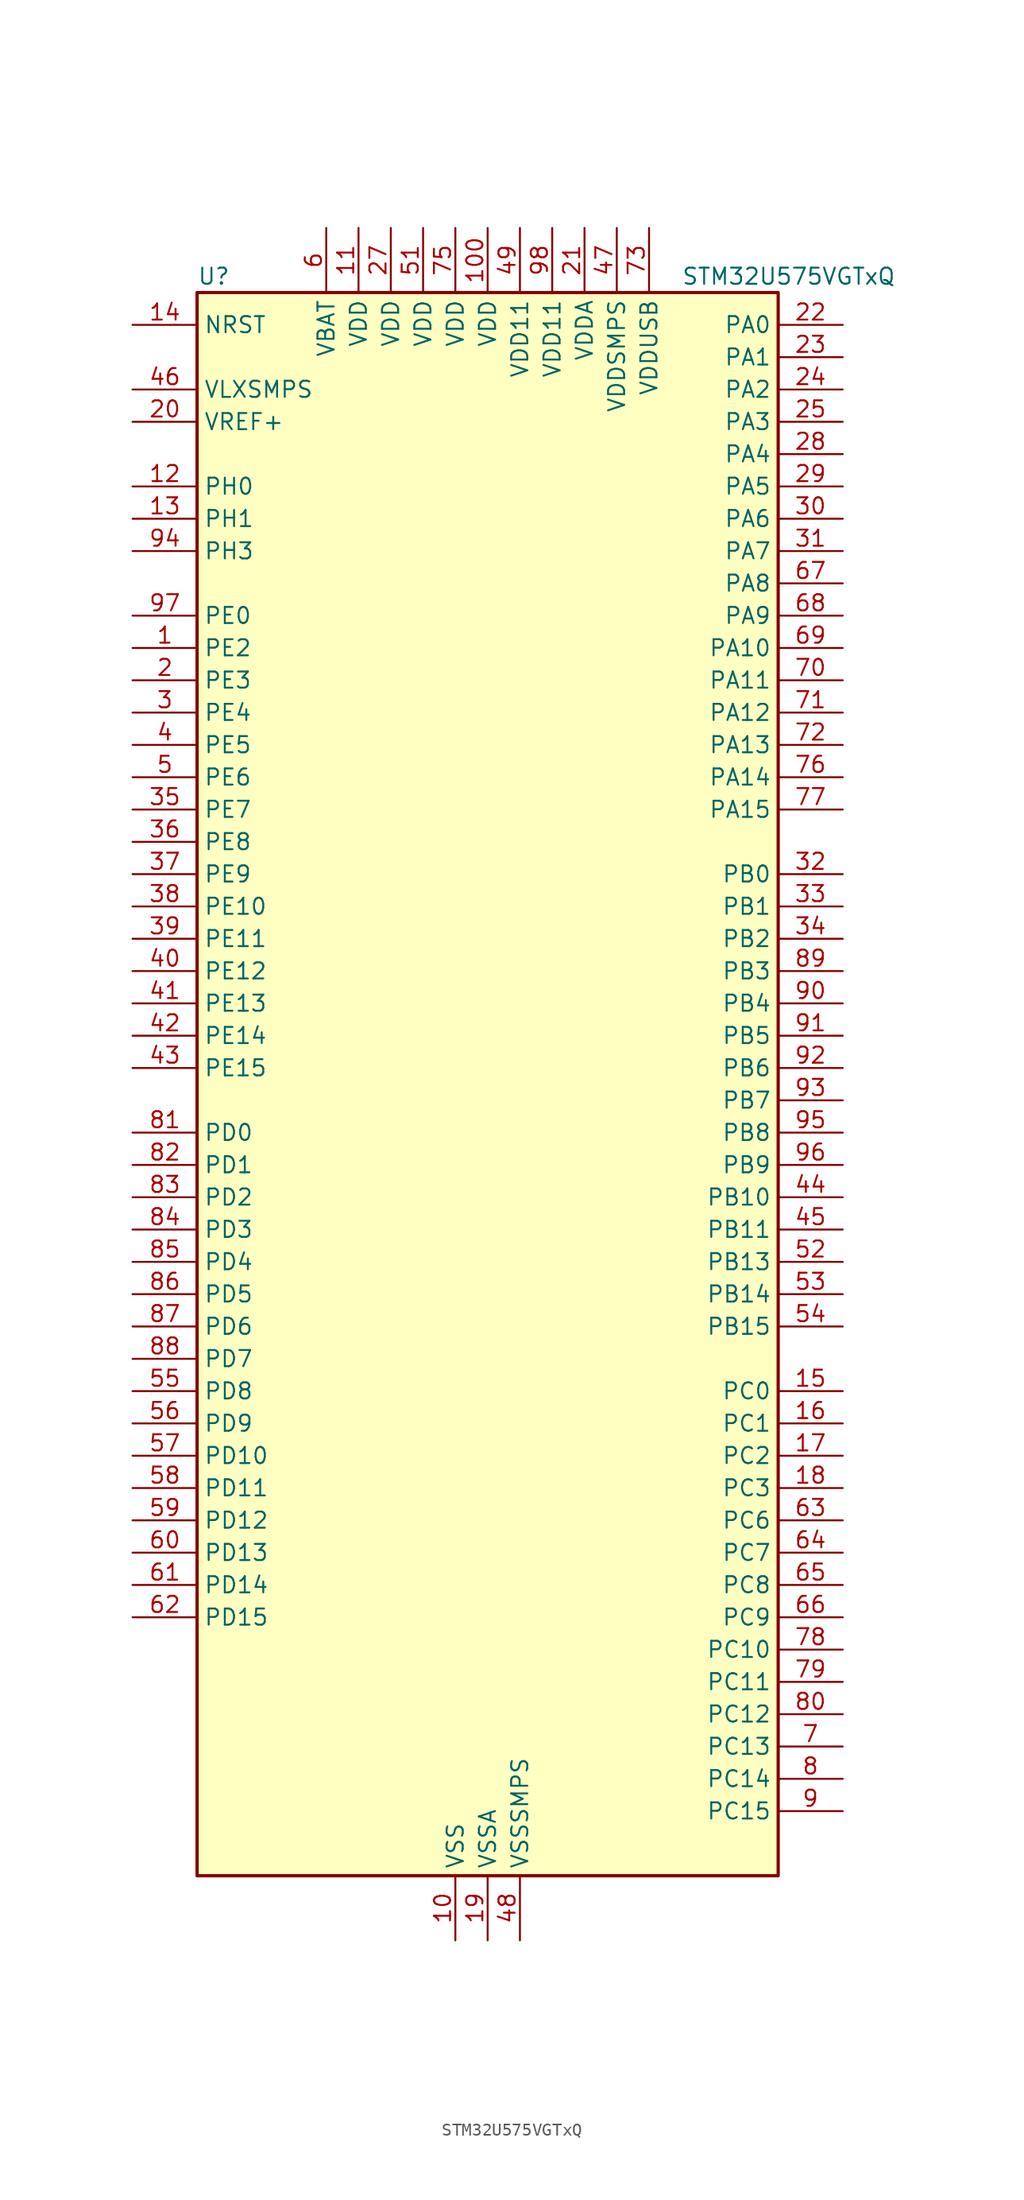
<source format=kicad_sym>
(kicad_symbol_lib
  (version 20220914)
  (generator kicad_symbol_editor)
  (symbol "STM32U575VGTxQ"
    (property "Reference" "U"
      (at -22.86 64.77 0)
      (effects (font (size 1.27 1.27)) (justify left)))
    (property "Value" "STM32U575VGTxQ"
      (at 15.24 64.77 0)
      (effects (font (size 1.27 1.27)) (justify left)))
    (property "ki_locked" ""
      (at 0 0 0)
      (effects (font (size 1.27 1.27))))
    (symbol "STM32U575VGTxQ_0_1"
      (rectangle (start -22.86 -60.96) (end 22.86 63.5) (stroke (width 0.254) (type default)) (fill (type background))))
    (symbol "STM32U575VGTxQ_1_1"
      (pin bidirectional line (at -27.94 35.56 0) (length 5.08) (name "PE2" (effects (font (size 1.27 1.27)))) (number "1" (effects (font (size 1.27 1.27)))) (alternate "DEBUG_TRACECLK" bidirectional line) (alternate "FMC_A23" bidirectional line) (alternate "SAI1_CK1" bidirectional line) (alternate "SAI1_MCLK_A" bidirectional line) (alternate "TIM3_ETR" bidirectional line) (alternate "TSC_G7_IO1" bidirectional line))
      (pin power_in line (at -2.54 -66.04 90) (length 5.08) (name "VSS" (effects (font (size 1.27 1.27)))) (number "10" (effects (font (size 1.27 1.27)))))
      (pin power_in line (at 0 68.58 270) (length 5.08) (name "VDD" (effects (font (size 1.27 1.27)))) (number "100" (effects (font (size 1.27 1.27)))))
      (pin power_in line (at -10.16 68.58 270) (length 5.08) (name "VDD" (effects (font (size 1.27 1.27)))) (number "11" (effects (font (size 1.27 1.27)))))
      (pin bidirectional line (at -27.94 48.26 0) (length 5.08) (name "PH0" (effects (font (size 1.27 1.27)))) (number "12" (effects (font (size 1.27 1.27)))) (alternate "RCC_OSC_IN" bidirectional line))
      (pin bidirectional line (at -27.94 45.72 0) (length 5.08) (name "PH1" (effects (font (size 1.27 1.27)))) (number "13" (effects (font (size 1.27 1.27)))) (alternate "RCC_OSC_OUT" bidirectional line))
      (pin input line (at -27.94 60.96 0) (length 5.08) (name "NRST" (effects (font (size 1.27 1.27)))) (number "14" (effects (font (size 1.27 1.27)))))
      (pin bidirectional line (at 27.94 -22.86 180) (length 5.08) (name "PC0" (effects (font (size 1.27 1.27)))) (number "15" (effects (font (size 1.27 1.27)))) (alternate "ADC1_IN1" bidirectional line) (alternate "ADC4_IN1" bidirectional line) (alternate "I2C3_SCL" bidirectional line) (alternate "LPTIM1_IN1" bidirectional line) (alternate "LPTIM2_IN1" bidirectional line) (alternate "LPUART1_RX" bidirectional line) (alternate "MDF1_SDI4" bidirectional line) (alternate "OCTOSPIM_P1_IO7" bidirectional line) (alternate "SAI2_FS_A" bidirectional line) (alternate "SDMMC1_D5" bidirectional line) (alternate "SPI2_RDY" bidirectional line))
      (pin bidirectional line (at 27.94 -25.4 180) (length 5.08) (name "PC1" (effects (font (size 1.27 1.27)))) (number "16" (effects (font (size 1.27 1.27)))) (alternate "ADC1_IN2" bidirectional line) (alternate "ADC4_IN2" bidirectional line) (alternate "DEBUG_TRACED0" bidirectional line) (alternate "I2C3_SDA" bidirectional line) (alternate "LPTIM1_CH1" bidirectional line) (alternate "LPUART1_TX" bidirectional line) (alternate "MDF1_CKI4" bidirectional line) (alternate "OCTOSPIM_P1_IO4" bidirectional line) (alternate "SAI1_SD_A" bidirectional line) (alternate "SDMMC2_CK" bidirectional line) (alternate "SPI2_MOSI" bidirectional line))
      (pin bidirectional line (at 27.94 -27.94 180) (length 5.08) (name "PC2" (effects (font (size 1.27 1.27)))) (number "17" (effects (font (size 1.27 1.27)))) (alternate "ADC1_IN3" bidirectional line) (alternate "ADC4_IN3" bidirectional line) (alternate "LPTIM1_IN2" bidirectional line) (alternate "MDF1_CCK1" bidirectional line) (alternate "OCTOSPIM_P1_IO5" bidirectional line) (alternate "SPI2_MISO" bidirectional line))
      (pin bidirectional line (at 27.94 -30.48 180) (length 5.08) (name "PC3" (effects (font (size 1.27 1.27)))) (number "18" (effects (font (size 1.27 1.27)))) (alternate "ADC1_IN4" bidirectional line) (alternate "ADC4_IN4" bidirectional line) (alternate "LPTIM1_ETR" bidirectional line) (alternate "LPTIM2_ETR" bidirectional line) (alternate "LPTIM3_CH1" bidirectional line) (alternate "OCTOSPIM_P1_IO6" bidirectional line) (alternate "SAI1_D1" bidirectional line) (alternate "SAI1_SD_A" bidirectional line) (alternate "SPI2_MOSI" bidirectional line))
      (pin power_in line (at 0 -66.04 90) (length 5.08) (name "VSSA" (effects (font (size 1.27 1.27)))) (number "19" (effects (font (size 1.27 1.27)))))
      (pin bidirectional line (at -27.94 33.02 0) (length 5.08) (name "PE3" (effects (font (size 1.27 1.27)))) (number "2" (effects (font (size 1.27 1.27)))) (alternate "DEBUG_TRACED0" bidirectional line) (alternate "FMC_A19" bidirectional line) (alternate "OCTOSPIM_P1_DQS" bidirectional line) (alternate "SAI1_SD_B" bidirectional line) (alternate "TAMP_IN6" bidirectional line) (alternate "TAMP_OUT3" bidirectional line) (alternate "TIM3_CH1" bidirectional line) (alternate "TSC_G7_IO2" bidirectional line))
      (pin input line (at -27.94 53.34 0) (length 5.08) (name "VREF+" (effects (font (size 1.27 1.27)))) (number "20" (effects (font (size 1.27 1.27)))) (alternate "VREFBUF_OUT" bidirectional line))
      (pin power_in line (at 7.62 68.58 270) (length 5.08) (name "VDDA" (effects (font (size 1.27 1.27)))) (number "21" (effects (font (size 1.27 1.27)))))
      (pin bidirectional line (at 27.94 60.96 180) (length 5.08) (name "PA0" (effects (font (size 1.27 1.27)))) (number "22" (effects (font (size 1.27 1.27)))) (alternate "ADC1_IN5" bidirectional line) (alternate "AUDIOCLK" bidirectional line) (alternate "OCTOSPIM_P2_NCS" bidirectional line) (alternate "OPAMP1_VINP" bidirectional line) (alternate "PWR_WKUP1" bidirectional line) (alternate "SDMMC2_CMD" bidirectional line) (alternate "SPI3_RDY" bidirectional line) (alternate "TAMP_IN2" bidirectional line) (alternate "TAMP_OUT1" bidirectional line) (alternate "TIM2_CH1" bidirectional line) (alternate "TIM2_ETR" bidirectional line) (alternate "TIM5_CH1" bidirectional line) (alternate "TIM8_ETR" bidirectional line) (alternate "UART4_TX" bidirectional line) (alternate "USART2_CTS" bidirectional line))
      (pin bidirectional line (at 27.94 58.42 180) (length 5.08) (name "PA1" (effects (font (size 1.27 1.27)))) (number "23" (effects (font (size 1.27 1.27)))) (alternate "ADC1_IN6" bidirectional line) (alternate "I2C1_SMBA" bidirectional line) (alternate "LPTIM1_CH2" bidirectional line) (alternate "OCTOSPIM_P1_DQS" bidirectional line) (alternate "OPAMP1_VINM" bidirectional line) (alternate "PWR_WKUP3" bidirectional line) (alternate "SPI1_SCK" bidirectional line) (alternate "TAMP_IN5" bidirectional line) (alternate "TAMP_OUT4" bidirectional line) (alternate "TIM15_CH1N" bidirectional line) (alternate "TIM2_CH2" bidirectional line) (alternate "TIM5_CH2" bidirectional line) (alternate "UART4_RX" bidirectional line) (alternate "USART2_DE" bidirectional line) (alternate "USART2_RTS" bidirectional line))
      (pin bidirectional line (at 27.94 55.88 180) (length 5.08) (name "PA2" (effects (font (size 1.27 1.27)))) (number "24" (effects (font (size 1.27 1.27)))) (alternate "ADC1_IN7" bidirectional line) (alternate "COMP1_INP" bidirectional line) (alternate "LPUART1_TX" bidirectional line) (alternate "OCTOSPIM_P1_NCS" bidirectional line) (alternate "PWR_WKUP4" bidirectional line) (alternate "RCC_LSCO" bidirectional line) (alternate "SPI1_RDY" bidirectional line) (alternate "TIM15_CH1" bidirectional line) (alternate "TIM2_CH3" bidirectional line) (alternate "TIM5_CH3" bidirectional line) (alternate "UCPD1_FRSTX1" bidirectional line) (alternate "USART2_TX" bidirectional line))
      (pin bidirectional line (at 27.94 53.34 180) (length 5.08) (name "PA3" (effects (font (size 1.27 1.27)))) (number "25" (effects (font (size 1.27 1.27)))) (alternate "ADC1_IN8" bidirectional line) (alternate "LPUART1_RX" bidirectional line) (alternate "OCTOSPIM_P1_CLK" bidirectional line) (alternate "OPAMP1_VOUT" bidirectional line) (alternate "PWR_WKUP5" bidirectional line) (alternate "SAI1_CK1" bidirectional line) (alternate "SAI1_MCLK_A" bidirectional line) (alternate "TIM15_CH2" bidirectional line) (alternate "TIM2_CH4" bidirectional line) (alternate "TIM5_CH4" bidirectional line) (alternate "USART2_RX" bidirectional line))
      (pin passive line (at -2.54 -66.04 90) (length 5.08) hide (name "VSS" (effects (font (size 1.27 1.27)))) (number "26" (effects (font (size 1.27 1.27)))))
      (pin power_in line (at -7.62 68.58 270) (length 5.08) (name "VDD" (effects (font (size 1.27 1.27)))) (number "27" (effects (font (size 1.27 1.27)))))
      (pin bidirectional line (at 27.94 50.8 180) (length 5.08) (name "PA4" (effects (font (size 1.27 1.27)))) (number "28" (effects (font (size 1.27 1.27)))) (alternate "ADC1_IN9" bidirectional line) (alternate "ADC4_IN9" bidirectional line) (alternate "DAC1_OUT1" bidirectional line) (alternate "DCMI_HSYNC" bidirectional line) (alternate "LPTIM2_CH1" bidirectional line) (alternate "OCTOSPIM_P1_NCS" bidirectional line) (alternate "PSSI_DE" bidirectional line) (alternate "PWR_WKUP2" bidirectional line) (alternate "SAI1_FS_B" bidirectional line) (alternate "SPI1_NSS" bidirectional line) (alternate "SPI3_NSS" bidirectional line) (alternate "USART2_CK" bidirectional line))
      (pin bidirectional line (at 27.94 48.26 180) (length 5.08) (name "PA5" (effects (font (size 1.27 1.27)))) (number "29" (effects (font (size 1.27 1.27)))) (alternate "ADC1_IN10" bidirectional line) (alternate "ADC4_IN10" bidirectional line) (alternate "DAC1_OUT2" bidirectional line) (alternate "LPTIM2_ETR" bidirectional line) (alternate "PSSI_D14" bidirectional line) (alternate "PWR_CSLEEP" bidirectional line) (alternate "PWR_WKUP6" bidirectional line) (alternate "SPI1_SCK" bidirectional line) (alternate "TIM2_CH1" bidirectional line) (alternate "TIM2_ETR" bidirectional line) (alternate "TIM8_CH1N" bidirectional line) (alternate "USART3_RX" bidirectional line))
      (pin bidirectional line (at -27.94 30.48 0) (length 5.08) (name "PE4" (effects (font (size 1.27 1.27)))) (number "3" (effects (font (size 1.27 1.27)))) (alternate "DCMI_D4" bidirectional line) (alternate "DEBUG_TRACED1" bidirectional line) (alternate "FMC_A20" bidirectional line) (alternate "MDF1_SDI3" bidirectional line) (alternate "PSSI_D4" bidirectional line) (alternate "PWR_WKUP1" bidirectional line) (alternate "SAI1_D2" bidirectional line) (alternate "SAI1_FS_A" bidirectional line) (alternate "TAMP_IN7" bidirectional line) (alternate "TAMP_OUT8" bidirectional line) (alternate "TIM3_CH2" bidirectional line) (alternate "TSC_G7_IO3" bidirectional line))
      (pin bidirectional line (at 27.94 45.72 180) (length 5.08) (name "PA6" (effects (font (size 1.27 1.27)))) (number "30" (effects (font (size 1.27 1.27)))) (alternate "ADC1_IN11" bidirectional line) (alternate "ADC4_IN11" bidirectional line) (alternate "DCMI_PIXCLK" bidirectional line) (alternate "LPUART1_CTS" bidirectional line) (alternate "OCTOSPIM_P1_IO3" bidirectional line) (alternate "OPAMP2_VINP" bidirectional line) (alternate "PSSI_PDCK" bidirectional line) (alternate "PWR_CDSTOP" bidirectional line) (alternate "PWR_WKUP7" bidirectional line) (alternate "SPI1_MISO" bidirectional line) (alternate "TIM16_CH1" bidirectional line) (alternate "TIM1_BKIN" bidirectional line) (alternate "TIM3_CH1" bidirectional line) (alternate "TIM8_BKIN" bidirectional line) (alternate "USART3_CTS" bidirectional line))
      (pin bidirectional line (at 27.94 43.18 180) (length 5.08) (name "PA7" (effects (font (size 1.27 1.27)))) (number "31" (effects (font (size 1.27 1.27)))) (alternate "ADC1_IN12" bidirectional line) (alternate "ADC4_IN20" bidirectional line) (alternate "I2C3_SCL" bidirectional line) (alternate "LPTIM2_CH2" bidirectional line) (alternate "OCTOSPIM_P1_IO2" bidirectional line) (alternate "OPAMP2_VINM" bidirectional line) (alternate "PWR_SRDSTOP" bidirectional line) (alternate "PWR_WKUP8" bidirectional line) (alternate "SPI1_MOSI" bidirectional line) (alternate "TIM17_CH1" bidirectional line) (alternate "TIM1_CH1N" bidirectional line) (alternate "TIM3_CH2" bidirectional line) (alternate "TIM8_CH1N" bidirectional line) (alternate "USART3_TX" bidirectional line))
      (pin bidirectional line (at 27.94 17.78 180) (length 5.08) (name "PB0" (effects (font (size 1.27 1.27)))) (number "32" (effects (font (size 1.27 1.27)))) (alternate "ADC1_IN15" bidirectional line) (alternate "ADC4_IN18" bidirectional line) (alternate "AUDIOCLK" bidirectional line) (alternate "COMP1_OUT" bidirectional line) (alternate "LPTIM3_CH1" bidirectional line) (alternate "OCTOSPIM_P1_IO1" bidirectional line) (alternate "OPAMP2_VOUT" bidirectional line) (alternate "SPI1_NSS" bidirectional line) (alternate "TIM1_CH2N" bidirectional line) (alternate "TIM3_CH3" bidirectional line) (alternate "TIM8_CH2N" bidirectional line) (alternate "USART3_CK" bidirectional line))
      (pin bidirectional line (at 27.94 15.24 180) (length 5.08) (name "PB1" (effects (font (size 1.27 1.27)))) (number "33" (effects (font (size 1.27 1.27)))) (alternate "ADC1_IN16" bidirectional line) (alternate "ADC4_IN19" bidirectional line) (alternate "COMP1_INM" bidirectional line) (alternate "LPTIM2_IN1" bidirectional line) (alternate "LPTIM3_CH2" bidirectional line) (alternate "LPUART1_DE" bidirectional line) (alternate "LPUART1_RTS" bidirectional line) (alternate "MDF1_SDI0" bidirectional line) (alternate "OCTOSPIM_P1_IO0" bidirectional line) (alternate "PWR_WKUP4" bidirectional line) (alternate "TIM1_CH3N" bidirectional line) (alternate "TIM3_CH4" bidirectional line) (alternate "TIM8_CH3N" bidirectional line) (alternate "USART3_DE" bidirectional line) (alternate "USART3_RTS" bidirectional line))
      (pin bidirectional line (at 27.94 12.7 180) (length 5.08) (name "PB2" (effects (font (size 1.27 1.27)))) (number "34" (effects (font (size 1.27 1.27)))) (alternate "ADC1_IN17" bidirectional line) (alternate "COMP1_INP" bidirectional line) (alternate "I2C3_SMBA" bidirectional line) (alternate "LPTIM1_CH1" bidirectional line) (alternate "MDF1_CKI0" bidirectional line) (alternate "OCTOSPIM_P1_DQS" bidirectional line) (alternate "PWR_WKUP1" bidirectional line) (alternate "RTC_OUT2" bidirectional line) (alternate "SPI1_RDY" bidirectional line) (alternate "TIM8_CH4N" bidirectional line) (alternate "UCPD1_FRSTX1" bidirectional line))
      (pin bidirectional line (at -27.94 22.86 0) (length 5.08) (name "PE7" (effects (font (size 1.27 1.27)))) (number "35" (effects (font (size 1.27 1.27)))) (alternate "FMC_D4" bidirectional line) (alternate "FMC_DA4" bidirectional line) (alternate "MDF1_SDI2" bidirectional line) (alternate "PWR_WKUP6" bidirectional line) (alternate "SAI1_SD_B" bidirectional line) (alternate "TIM1_ETR" bidirectional line))
      (pin bidirectional line (at -27.94 20.32 0) (length 5.08) (name "PE8" (effects (font (size 1.27 1.27)))) (number "36" (effects (font (size 1.27 1.27)))) (alternate "FMC_D5" bidirectional line) (alternate "FMC_DA5" bidirectional line) (alternate "MDF1_CKI2" bidirectional line) (alternate "PWR_WKUP7" bidirectional line) (alternate "SAI1_SCK_B" bidirectional line) (alternate "TIM1_CH1N" bidirectional line))
      (pin bidirectional line (at -27.94 17.78 0) (length 5.08) (name "PE9" (effects (font (size 1.27 1.27)))) (number "37" (effects (font (size 1.27 1.27)))) (alternate "ADF1_CCK0" bidirectional line) (alternate "DAC1_EXTI9" bidirectional line) (alternate "FMC_D6" bidirectional line) (alternate "FMC_DA6" bidirectional line) (alternate "MDF1_CCK0" bidirectional line) (alternate "OCTOSPIM_P1_NCLK" bidirectional line) (alternate "SAI1_FS_B" bidirectional line) (alternate "TIM1_CH1" bidirectional line))
      (pin bidirectional line (at -27.94 15.24 0) (length 5.08) (name "PE10" (effects (font (size 1.27 1.27)))) (number "38" (effects (font (size 1.27 1.27)))) (alternate "ADF1_SDI0" bidirectional line) (alternate "FMC_D7" bidirectional line) (alternate "FMC_DA7" bidirectional line) (alternate "MDF1_SDI4" bidirectional line) (alternate "OCTOSPIM_P1_CLK" bidirectional line) (alternate "SAI1_MCLK_B" bidirectional line) (alternate "TIM1_CH2N" bidirectional line) (alternate "TSC_G5_IO1" bidirectional line))
      (pin bidirectional line (at -27.94 12.7 0) (length 5.08) (name "PE11" (effects (font (size 1.27 1.27)))) (number "39" (effects (font (size 1.27 1.27)))) (alternate "ADC1_EXTI11" bidirectional line) (alternate "FMC_D8" bidirectional line) (alternate "FMC_DA8" bidirectional line) (alternate "MDF1_CKI4" bidirectional line) (alternate "OCTOSPIM_P1_NCS" bidirectional line) (alternate "SPI1_RDY" bidirectional line) (alternate "TIM1_CH2" bidirectional line) (alternate "TSC_G5_IO2" bidirectional line))
      (pin bidirectional line (at -27.94 27.94 0) (length 5.08) (name "PE5" (effects (font (size 1.27 1.27)))) (number "4" (effects (font (size 1.27 1.27)))) (alternate "DCMI_D6" bidirectional line) (alternate "DEBUG_TRACED2" bidirectional line) (alternate "FMC_A21" bidirectional line) (alternate "MDF1_CKI3" bidirectional line) (alternate "PSSI_D6" bidirectional line) (alternate "PWR_WKUP2" bidirectional line) (alternate "SAI1_CK2" bidirectional line) (alternate "SAI1_SCK_A" bidirectional line) (alternate "TAMP_IN8" bidirectional line) (alternate "TAMP_OUT7" bidirectional line) (alternate "TIM3_CH3" bidirectional line) (alternate "TSC_G7_IO4" bidirectional line))
      (pin bidirectional line (at -27.94 10.16 0) (length 5.08) (name "PE12" (effects (font (size 1.27 1.27)))) (number "40" (effects (font (size 1.27 1.27)))) (alternate "FMC_D9" bidirectional line) (alternate "FMC_DA9" bidirectional line) (alternate "MDF1_SDI5" bidirectional line) (alternate "OCTOSPIM_P1_IO0" bidirectional line) (alternate "SPI1_NSS" bidirectional line) (alternate "TIM1_CH3N" bidirectional line) (alternate "TSC_G5_IO3" bidirectional line))
      (pin bidirectional line (at -27.94 7.62 0) (length 5.08) (name "PE13" (effects (font (size 1.27 1.27)))) (number "41" (effects (font (size 1.27 1.27)))) (alternate "FMC_D10" bidirectional line) (alternate "FMC_DA10" bidirectional line) (alternate "MDF1_CKI5" bidirectional line) (alternate "OCTOSPIM_P1_IO1" bidirectional line) (alternate "SPI1_SCK" bidirectional line) (alternate "TIM1_CH3" bidirectional line) (alternate "TSC_G5_IO4" bidirectional line))
      (pin bidirectional line (at -27.94 5.08 0) (length 5.08) (name "PE14" (effects (font (size 1.27 1.27)))) (number "42" (effects (font (size 1.27 1.27)))) (alternate "FMC_D11" bidirectional line) (alternate "FMC_DA11" bidirectional line) (alternate "OCTOSPIM_P1_IO2" bidirectional line) (alternate "SPI1_MISO" bidirectional line) (alternate "TIM1_BKIN2" bidirectional line) (alternate "TIM1_CH4" bidirectional line))
      (pin bidirectional line (at -27.94 2.54 0) (length 5.08) (name "PE15" (effects (font (size 1.27 1.27)))) (number "43" (effects (font (size 1.27 1.27)))) (alternate "ADC1_EXTI15" bidirectional line) (alternate "ADC4_EXTI15" bidirectional line) (alternate "FMC_D12" bidirectional line) (alternate "FMC_DA12" bidirectional line) (alternate "OCTOSPIM_P1_IO3" bidirectional line) (alternate "SPI1_MOSI" bidirectional line) (alternate "TIM1_BKIN" bidirectional line) (alternate "TIM1_CH4N" bidirectional line))
      (pin bidirectional line (at 27.94 -7.62 180) (length 5.08) (name "PB10" (effects (font (size 1.27 1.27)))) (number "44" (effects (font (size 1.27 1.27)))) (alternate "COMP1_OUT" bidirectional line) (alternate "I2C2_SCL" bidirectional line) (alternate "I2C4_SCL" bidirectional line) (alternate "LPTIM3_CH1" bidirectional line) (alternate "LPUART1_RX" bidirectional line) (alternate "OCTOSPIM_P1_CLK" bidirectional line) (alternate "PWR_WKUP8" bidirectional line) (alternate "SAI1_SCK_A" bidirectional line) (alternate "SPI2_SCK" bidirectional line) (alternate "TIM2_CH3" bidirectional line) (alternate "TSC_SYNC" bidirectional line) (alternate "USART3_TX" bidirectional line))
      (pin bidirectional line (at 27.94 -10.16 180) (length 5.08) (name "PB11" (effects (font (size 1.27 1.27)))) (number "45" (effects (font (size 1.27 1.27)))) (alternate "ADC1_EXTI11" bidirectional line) (alternate "COMP2_OUT" bidirectional line) (alternate "I2C2_SDA" bidirectional line) (alternate "I2C4_SDA" bidirectional line) (alternate "LPUART1_TX" bidirectional line) (alternate "OCTOSPIM_P1_NCS" bidirectional line) (alternate "SPI2_RDY" bidirectional line) (alternate "TIM2_CH4" bidirectional line) (alternate "USART3_RX" bidirectional line))
      (pin power_in line (at -27.94 55.88 0) (length 5.08) (name "VLXSMPS" (effects (font (size 1.27 1.27)))) (number "46" (effects (font (size 1.27 1.27)))))
      (pin power_in line (at 10.16 68.58 270) (length 5.08) (name "VDDSMPS" (effects (font (size 1.27 1.27)))) (number "47" (effects (font (size 1.27 1.27)))))
      (pin power_in line (at 2.54 -66.04 90) (length 5.08) (name "VSSSMPS" (effects (font (size 1.27 1.27)))) (number "48" (effects (font (size 1.27 1.27)))))
      (pin power_in line (at 2.54 68.58 270) (length 5.08) (name "VDD11" (effects (font (size 1.27 1.27)))) (number "49" (effects (font (size 1.27 1.27)))))
      (pin bidirectional line (at -27.94 25.4 0) (length 5.08) (name "PE6" (effects (font (size 1.27 1.27)))) (number "5" (effects (font (size 1.27 1.27)))) (alternate "DCMI_D7" bidirectional line) (alternate "DEBUG_TRACED3" bidirectional line) (alternate "FMC_A22" bidirectional line) (alternate "PSSI_D7" bidirectional line) (alternate "PWR_WKUP3" bidirectional line) (alternate "SAI1_D1" bidirectional line) (alternate "SAI1_SD_A" bidirectional line) (alternate "TAMP_IN3" bidirectional line) (alternate "TAMP_OUT6" bidirectional line) (alternate "TIM3_CH4" bidirectional line))
      (pin passive line (at -2.54 -66.04 90) (length 5.08) hide (name "VSS" (effects (font (size 1.27 1.27)))) (number "50" (effects (font (size 1.27 1.27)))))
      (pin power_in line (at -5.08 68.58 270) (length 5.08) (name "VDD" (effects (font (size 1.27 1.27)))) (number "51" (effects (font (size 1.27 1.27)))))
      (pin bidirectional line (at 27.94 -12.7 180) (length 5.08) (name "PB13" (effects (font (size 1.27 1.27)))) (number "52" (effects (font (size 1.27 1.27)))) (alternate "I2C2_SCL" bidirectional line) (alternate "LPTIM3_IN1" bidirectional line) (alternate "LPUART1_CTS" bidirectional line) (alternate "MDF1_CKI1" bidirectional line) (alternate "SAI2_SCK_A" bidirectional line) (alternate "SPI2_SCK" bidirectional line) (alternate "TIM15_CH1N" bidirectional line) (alternate "TIM1_CH1N" bidirectional line) (alternate "TSC_G1_IO2" bidirectional line) (alternate "USART3_CTS" bidirectional line))
      (pin bidirectional line (at 27.94 -15.24 180) (length 5.08) (name "PB14" (effects (font (size 1.27 1.27)))) (number "53" (effects (font (size 1.27 1.27)))) (alternate "I2C2_SDA" bidirectional line) (alternate "LPTIM3_ETR" bidirectional line) (alternate "MDF1_SDI2" bidirectional line) (alternate "SAI2_MCLK_A" bidirectional line) (alternate "SDMMC2_D0" bidirectional line) (alternate "SPI2_MISO" bidirectional line) (alternate "TIM15_CH1" bidirectional line) (alternate "TIM1_CH2N" bidirectional line) (alternate "TIM8_CH2N" bidirectional line) (alternate "TSC_G1_IO3" bidirectional line) (alternate "UCPD1_DBCC2" bidirectional line) (alternate "USART3_DE" bidirectional line) (alternate "USART3_RTS" bidirectional line))
      (pin bidirectional line (at 27.94 -17.78 180) (length 5.08) (name "PB15" (effects (font (size 1.27 1.27)))) (number "54" (effects (font (size 1.27 1.27)))) (alternate "ADC1_EXTI15" bidirectional line) (alternate "ADC4_EXTI15" bidirectional line) (alternate "FMC_NBL1" bidirectional line) (alternate "LPTIM2_IN2" bidirectional line) (alternate "MDF1_CKI2" bidirectional line) (alternate "PWR_WKUP7" bidirectional line) (alternate "RTC_REFIN" bidirectional line) (alternate "SAI2_SD_A" bidirectional line) (alternate "SDMMC2_D1" bidirectional line) (alternate "SPI2_MOSI" bidirectional line) (alternate "TIM15_CH2" bidirectional line) (alternate "TIM1_CH3N" bidirectional line) (alternate "TIM8_CH3N" bidirectional line) (alternate "UCPD1_CC2" bidirectional line))
      (pin bidirectional line (at -27.94 -22.86 0) (length 5.08) (name "PD8" (effects (font (size 1.27 1.27)))) (number "55" (effects (font (size 1.27 1.27)))) (alternate "DCMI_HSYNC" bidirectional line) (alternate "FMC_D13" bidirectional line) (alternate "FMC_DA13" bidirectional line) (alternate "PSSI_DE" bidirectional line) (alternate "USART3_TX" bidirectional line))
      (pin bidirectional line (at -27.94 -25.4 0) (length 5.08) (name "PD9" (effects (font (size 1.27 1.27)))) (number "56" (effects (font (size 1.27 1.27)))) (alternate "DAC1_EXTI9" bidirectional line) (alternate "DCMI_PIXCLK" bidirectional line) (alternate "FMC_D14" bidirectional line) (alternate "FMC_DA14" bidirectional line) (alternate "LPTIM2_IN2" bidirectional line) (alternate "LPTIM3_IN1" bidirectional line) (alternate "PSSI_PDCK" bidirectional line) (alternate "SAI2_MCLK_A" bidirectional line) (alternate "USART3_RX" bidirectional line))
      (pin bidirectional line (at -27.94 -27.94 0) (length 5.08) (name "PD10" (effects (font (size 1.27 1.27)))) (number "57" (effects (font (size 1.27 1.27)))) (alternate "FMC_D15" bidirectional line) (alternate "FMC_DA15" bidirectional line) (alternate "LPTIM2_CH2" bidirectional line) (alternate "LPTIM3_ETR" bidirectional line) (alternate "SAI2_SCK_A" bidirectional line) (alternate "TSC_G6_IO1" bidirectional line) (alternate "USART3_CK" bidirectional line))
      (pin bidirectional line (at -27.94 -30.48 0) (length 5.08) (name "PD11" (effects (font (size 1.27 1.27)))) (number "58" (effects (font (size 1.27 1.27)))) (alternate "ADC1_EXTI11" bidirectional line) (alternate "ADC4_IN15" bidirectional line) (alternate "FMC_A16" bidirectional line) (alternate "FMC_CLE" bidirectional line) (alternate "I2C4_SMBA" bidirectional line) (alternate "LPTIM2_ETR" bidirectional line) (alternate "SAI2_SD_A" bidirectional line) (alternate "TSC_G6_IO2" bidirectional line) (alternate "USART3_CTS" bidirectional line))
      (pin bidirectional line (at -27.94 -33.02 0) (length 5.08) (name "PD12" (effects (font (size 1.27 1.27)))) (number "59" (effects (font (size 1.27 1.27)))) (alternate "ADC4_IN16" bidirectional line) (alternate "FMC_A17" bidirectional line) (alternate "FMC_ALE" bidirectional line) (alternate "I2C4_SCL" bidirectional line) (alternate "LPTIM2_IN1" bidirectional line) (alternate "SAI2_FS_A" bidirectional line) (alternate "TIM4_CH1" bidirectional line) (alternate "TSC_G6_IO3" bidirectional line) (alternate "USART3_DE" bidirectional line) (alternate "USART3_RTS" bidirectional line))
      (pin power_in line (at -12.7 68.58 270) (length 5.08) (name "VBAT" (effects (font (size 1.27 1.27)))) (number "6" (effects (font (size 1.27 1.27)))))
      (pin bidirectional line (at -27.94 -35.56 0) (length 5.08) (name "PD13" (effects (font (size 1.27 1.27)))) (number "60" (effects (font (size 1.27 1.27)))) (alternate "ADC4_IN17" bidirectional line) (alternate "FMC_A18" bidirectional line) (alternate "I2C4_SDA" bidirectional line) (alternate "LPTIM2_CH1" bidirectional line) (alternate "LPTIM4_IN1" bidirectional line) (alternate "TIM4_CH2" bidirectional line) (alternate "TSC_G6_IO4" bidirectional line))
      (pin bidirectional line (at -27.94 -38.1 0) (length 5.08) (name "PD14" (effects (font (size 1.27 1.27)))) (number "61" (effects (font (size 1.27 1.27)))) (alternate "FMC_D0" bidirectional line) (alternate "FMC_DA0" bidirectional line) (alternate "LPTIM3_CH1" bidirectional line) (alternate "TIM4_CH3" bidirectional line))
      (pin bidirectional line (at -27.94 -40.64 0) (length 5.08) (name "PD15" (effects (font (size 1.27 1.27)))) (number "62" (effects (font (size 1.27 1.27)))) (alternate "ADC1_EXTI15" bidirectional line) (alternate "ADC4_EXTI15" bidirectional line) (alternate "FMC_D1" bidirectional line) (alternate "FMC_DA1" bidirectional line) (alternate "LPTIM3_CH2" bidirectional line) (alternate "TIM4_CH4" bidirectional line))
      (pin bidirectional line (at 27.94 -33.02 180) (length 5.08) (name "PC6" (effects (font (size 1.27 1.27)))) (number "63" (effects (font (size 1.27 1.27)))) (alternate "DCMI_D0" bidirectional line) (alternate "MDF1_CKI3" bidirectional line) (alternate "PSSI_D0" bidirectional line) (alternate "PWR_CSLEEP" bidirectional line) (alternate "SAI2_MCLK_A" bidirectional line) (alternate "SDMMC1_D0DIR" bidirectional line) (alternate "SDMMC1_D6" bidirectional line) (alternate "SDMMC2_D6" bidirectional line) (alternate "TIM3_CH1" bidirectional line) (alternate "TIM8_CH1" bidirectional line) (alternate "TSC_G4_IO1" bidirectional line))
      (pin bidirectional line (at 27.94 -35.56 180) (length 5.08) (name "PC7" (effects (font (size 1.27 1.27)))) (number "64" (effects (font (size 1.27 1.27)))) (alternate "DCMI_D1" bidirectional line) (alternate "LPTIM2_CH2" bidirectional line) (alternate "MDF1_SDI3" bidirectional line) (alternate "PSSI_D1" bidirectional line) (alternate "PWR_CDSTOP" bidirectional line) (alternate "SAI2_MCLK_B" bidirectional line) (alternate "SDMMC1_D123DIR" bidirectional line) (alternate "SDMMC1_D7" bidirectional line) (alternate "SDMMC2_D7" bidirectional line) (alternate "TIM3_CH2" bidirectional line) (alternate "TIM8_CH2" bidirectional line) (alternate "TSC_G4_IO2" bidirectional line))
      (pin bidirectional line (at 27.94 -38.1 180) (length 5.08) (name "PC8" (effects (font (size 1.27 1.27)))) (number "65" (effects (font (size 1.27 1.27)))) (alternate "DCMI_D2" bidirectional line) (alternate "LPTIM3_CH1" bidirectional line) (alternate "PSSI_D2" bidirectional line) (alternate "PWR_SRDSTOP" bidirectional line) (alternate "SDMMC1_D0" bidirectional line) (alternate "TIM3_CH3" bidirectional line) (alternate "TIM8_CH3" bidirectional line) (alternate "TSC_G4_IO3" bidirectional line))
      (pin bidirectional line (at 27.94 -40.64 180) (length 5.08) (name "PC9" (effects (font (size 1.27 1.27)))) (number "66" (effects (font (size 1.27 1.27)))) (alternate "DAC1_EXTI9" bidirectional line) (alternate "DCMI_D3" bidirectional line) (alternate "DEBUG_TRACED0" bidirectional line) (alternate "LPTIM3_CH2" bidirectional line) (alternate "PSSI_D3" bidirectional line) (alternate "SDMMC1_D1" bidirectional line) (alternate "TIM3_CH4" bidirectional line) (alternate "TIM8_BKIN2" bidirectional line) (alternate "TIM8_CH4" bidirectional line) (alternate "TSC_G4_IO4" bidirectional line) (alternate "USB_OTG_FS_NOE" bidirectional line))
      (pin bidirectional line (at 27.94 40.64 180) (length 5.08) (name "PA8" (effects (font (size 1.27 1.27)))) (number "67" (effects (font (size 1.27 1.27)))) (alternate "DEBUG_TRACECLK" bidirectional line) (alternate "LPTIM2_CH1" bidirectional line) (alternate "RCC_MCO" bidirectional line) (alternate "SAI1_CK2" bidirectional line) (alternate "SAI1_SCK_A" bidirectional line) (alternate "SPI1_RDY" bidirectional line) (alternate "TIM1_CH1" bidirectional line) (alternate "USART1_CK" bidirectional line) (alternate "USB_OTG_FS_SOF" bidirectional line))
      (pin bidirectional line (at 27.94 38.1 180) (length 5.08) (name "PA9" (effects (font (size 1.27 1.27)))) (number "68" (effects (font (size 1.27 1.27)))) (alternate "DAC1_EXTI9" bidirectional line) (alternate "DCMI_D0" bidirectional line) (alternate "PSSI_D0" bidirectional line) (alternate "SAI1_FS_A" bidirectional line) (alternate "SPI2_SCK" bidirectional line) (alternate "TIM15_BKIN" bidirectional line) (alternate "TIM1_CH2" bidirectional line) (alternate "USART1_TX" bidirectional line) (alternate "USB_OTG_FS_VBUS" bidirectional line))
      (pin bidirectional line (at 27.94 35.56 180) (length 5.08) (name "PA10" (effects (font (size 1.27 1.27)))) (number "69" (effects (font (size 1.27 1.27)))) (alternate "CRS_SYNC" bidirectional line) (alternate "DCMI_D1" bidirectional line) (alternate "LPTIM2_IN2" bidirectional line) (alternate "PSSI_D1" bidirectional line) (alternate "SAI1_D1" bidirectional line) (alternate "SAI1_SD_A" bidirectional line) (alternate "TIM17_BKIN" bidirectional line) (alternate "TIM1_CH3" bidirectional line) (alternate "USART1_RX" bidirectional line) (alternate "USB_OTG_FS_ID" bidirectional line))
      (pin bidirectional line (at 27.94 -50.8 180) (length 5.08) (name "PC13" (effects (font (size 1.27 1.27)))) (number "7" (effects (font (size 1.27 1.27)))) (alternate "PWR_WKUP2" bidirectional line) (alternate "RTC_OUT1" bidirectional line) (alternate "RTC_TS" bidirectional line) (alternate "TAMP_IN1" bidirectional line) (alternate "TAMP_OUT2" bidirectional line))
      (pin bidirectional line (at 27.94 33.02 180) (length 5.08) (name "PA11" (effects (font (size 1.27 1.27)))) (number "70" (effects (font (size 1.27 1.27)))) (alternate "ADC1_EXTI11" bidirectional line) (alternate "FDCAN1_RX" bidirectional line) (alternate "SPI1_MISO" bidirectional line) (alternate "TIM1_BKIN2" bidirectional line) (alternate "TIM1_CH4" bidirectional line) (alternate "USART1_CTS" bidirectional line) (alternate "USB_OTG_FS_DM" bidirectional line))
      (pin bidirectional line (at 27.94 30.48 180) (length 5.08) (name "PA12" (effects (font (size 1.27 1.27)))) (number "71" (effects (font (size 1.27 1.27)))) (alternate "FDCAN1_TX" bidirectional line) (alternate "OCTOSPIM_P2_NCS" bidirectional line) (alternate "SPI1_MOSI" bidirectional line) (alternate "TIM1_ETR" bidirectional line) (alternate "USART1_DE" bidirectional line) (alternate "USART1_RTS" bidirectional line) (alternate "USB_OTG_FS_DP" bidirectional line))
      (pin bidirectional line (at 27.94 27.94 180) (length 5.08) (name "PA13" (effects (font (size 1.27 1.27)))) (number "72" (effects (font (size 1.27 1.27)))) (alternate "DEBUG_JTMS-SWDIO" bidirectional line) (alternate "IR_OUT" bidirectional line) (alternate "SAI1_SD_B" bidirectional line) (alternate "USB_OTG_FS_NOE" bidirectional line))
      (pin power_in line (at 12.7 68.58 270) (length 5.08) (name "VDDUSB" (effects (font (size 1.27 1.27)))) (number "73" (effects (font (size 1.27 1.27)))))
      (pin passive line (at -2.54 -66.04 90) (length 5.08) hide (name "VSS" (effects (font (size 1.27 1.27)))) (number "74" (effects (font (size 1.27 1.27)))))
      (pin power_in line (at -2.54 68.58 270) (length 5.08) (name "VDD" (effects (font (size 1.27 1.27)))) (number "75" (effects (font (size 1.27 1.27)))))
      (pin bidirectional line (at 27.94 25.4 180) (length 5.08) (name "PA14" (effects (font (size 1.27 1.27)))) (number "76" (effects (font (size 1.27 1.27)))) (alternate "DEBUG_JTCK-SWCLK" bidirectional line) (alternate "I2C1_SMBA" bidirectional line) (alternate "I2C4_SMBA" bidirectional line) (alternate "LPTIM1_CH1" bidirectional line) (alternate "SAI1_FS_B" bidirectional line) (alternate "USB_OTG_FS_SOF" bidirectional line))
      (pin bidirectional line (at 27.94 22.86 180) (length 5.08) (name "PA15" (effects (font (size 1.27 1.27)))) (number "77" (effects (font (size 1.27 1.27)))) (alternate "ADC1_EXTI15" bidirectional line) (alternate "ADC4_EXTI15" bidirectional line) (alternate "DEBUG_JTDI" bidirectional line) (alternate "SAI2_FS_B" bidirectional line) (alternate "SPI1_NSS" bidirectional line) (alternate "SPI3_NSS" bidirectional line) (alternate "TIM2_CH1" bidirectional line) (alternate "TIM2_ETR" bidirectional line) (alternate "UART4_DE" bidirectional line) (alternate "UART4_RTS" bidirectional line) (alternate "UCPD1_CC1" bidirectional line) (alternate "USART2_RX" bidirectional line) (alternate "USART3_DE" bidirectional line) (alternate "USART3_RTS" bidirectional line))
      (pin bidirectional line (at 27.94 -43.18 180) (length 5.08) (name "PC10" (effects (font (size 1.27 1.27)))) (number "78" (effects (font (size 1.27 1.27)))) (alternate "ADF1_CCK1" bidirectional line) (alternate "DCMI_D8" bidirectional line) (alternate "DEBUG_TRACED1" bidirectional line) (alternate "LPTIM3_ETR" bidirectional line) (alternate "PSSI_D8" bidirectional line) (alternate "SAI2_SCK_B" bidirectional line) (alternate "SDMMC1_D2" bidirectional line) (alternate "SPI3_SCK" bidirectional line) (alternate "TSC_G3_IO2" bidirectional line) (alternate "UART4_TX" bidirectional line) (alternate "USART3_TX" bidirectional line))
      (pin bidirectional line (at 27.94 -45.72 180) (length 5.08) (name "PC11" (effects (font (size 1.27 1.27)))) (number "79" (effects (font (size 1.27 1.27)))) (alternate "ADC1_EXTI11" bidirectional line) (alternate "ADF1_SDI0" bidirectional line) (alternate "DCMI_D2" bidirectional line) (alternate "DCMI_D4" bidirectional line) (alternate "LPTIM3_IN1" bidirectional line) (alternate "OCTOSPIM_P1_NCS" bidirectional line) (alternate "PSSI_D2" bidirectional line) (alternate "PSSI_D4" bidirectional line) (alternate "SAI2_MCLK_B" bidirectional line) (alternate "SDMMC1_D3" bidirectional line) (alternate "SPI3_MISO" bidirectional line) (alternate "TSC_G3_IO3" bidirectional line) (alternate "UART4_RX" bidirectional line) (alternate "UCPD1_FRSTX2" bidirectional line) (alternate "USART3_RX" bidirectional line))
      (pin bidirectional line (at 27.94 -53.34 180) (length 5.08) (name "PC14" (effects (font (size 1.27 1.27)))) (number "8" (effects (font (size 1.27 1.27)))) (alternate "RCC_OSC32_IN" bidirectional line))
      (pin bidirectional line (at 27.94 -48.26 180) (length 5.08) (name "PC12" (effects (font (size 1.27 1.27)))) (number "80" (effects (font (size 1.27 1.27)))) (alternate "DCMI_D9" bidirectional line) (alternate "DEBUG_TRACED3" bidirectional line) (alternate "PSSI_D9" bidirectional line) (alternate "SAI2_SD_B" bidirectional line) (alternate "SDMMC1_CK" bidirectional line) (alternate "SPI3_MOSI" bidirectional line) (alternate "TSC_G3_IO4" bidirectional line) (alternate "UART5_TX" bidirectional line) (alternate "USART3_CK" bidirectional line))
      (pin bidirectional line (at -27.94 -2.54 0) (length 5.08) (name "PD0" (effects (font (size 1.27 1.27)))) (number "81" (effects (font (size 1.27 1.27)))) (alternate "FDCAN1_RX" bidirectional line) (alternate "FMC_D2" bidirectional line) (alternate "FMC_DA2" bidirectional line) (alternate "SPI2_NSS" bidirectional line) (alternate "TIM8_CH4N" bidirectional line))
      (pin bidirectional line (at -27.94 -5.08 0) (length 5.08) (name "PD1" (effects (font (size 1.27 1.27)))) (number "82" (effects (font (size 1.27 1.27)))) (alternate "FDCAN1_TX" bidirectional line) (alternate "FMC_D3" bidirectional line) (alternate "FMC_DA3" bidirectional line) (alternate "SPI2_SCK" bidirectional line))
      (pin bidirectional line (at -27.94 -7.62 0) (length 5.08) (name "PD2" (effects (font (size 1.27 1.27)))) (number "83" (effects (font (size 1.27 1.27)))) (alternate "DCMI_D11" bidirectional line) (alternate "DEBUG_TRACED2" bidirectional line) (alternate "LPTIM4_ETR" bidirectional line) (alternate "PSSI_D11" bidirectional line) (alternate "SDMMC1_CMD" bidirectional line) (alternate "TIM3_ETR" bidirectional line) (alternate "TSC_SYNC" bidirectional line) (alternate "UART5_RX" bidirectional line) (alternate "USART3_DE" bidirectional line) (alternate "USART3_RTS" bidirectional line))
      (pin bidirectional line (at -27.94 -10.16 0) (length 5.08) (name "PD3" (effects (font (size 1.27 1.27)))) (number "84" (effects (font (size 1.27 1.27)))) (alternate "DCMI_D5" bidirectional line) (alternate "FMC_CLK" bidirectional line) (alternate "MDF1_SDI0" bidirectional line) (alternate "OCTOSPIM_P2_NCS" bidirectional line) (alternate "PSSI_D5" bidirectional line) (alternate "SPI2_MISO" bidirectional line) (alternate "SPI2_SCK" bidirectional line) (alternate "USART2_CTS" bidirectional line))
      (pin bidirectional line (at -27.94 -12.7 0) (length 5.08) (name "PD4" (effects (font (size 1.27 1.27)))) (number "85" (effects (font (size 1.27 1.27)))) (alternate "FMC_NOE" bidirectional line) (alternate "MDF1_CKI0" bidirectional line) (alternate "OCTOSPIM_P1_IO4" bidirectional line) (alternate "SPI2_MOSI" bidirectional line) (alternate "USART2_DE" bidirectional line) (alternate "USART2_RTS" bidirectional line))
      (pin bidirectional line (at -27.94 -15.24 0) (length 5.08) (name "PD5" (effects (font (size 1.27 1.27)))) (number "86" (effects (font (size 1.27 1.27)))) (alternate "FMC_NWE" bidirectional line) (alternate "OCTOSPIM_P1_IO5" bidirectional line) (alternate "SPI2_RDY" bidirectional line) (alternate "USART2_TX" bidirectional line))
      (pin bidirectional line (at -27.94 -17.78 0) (length 5.08) (name "PD6" (effects (font (size 1.27 1.27)))) (number "87" (effects (font (size 1.27 1.27)))) (alternate "DCMI_D10" bidirectional line) (alternate "FMC_NWAIT" bidirectional line) (alternate "MDF1_SDI1" bidirectional line) (alternate "OCTOSPIM_P1_IO6" bidirectional line) (alternate "PSSI_D10" bidirectional line) (alternate "SAI1_D1" bidirectional line) (alternate "SAI1_SD_A" bidirectional line) (alternate "SDMMC2_CK" bidirectional line) (alternate "SPI3_MOSI" bidirectional line) (alternate "USART2_RX" bidirectional line))
      (pin bidirectional line (at -27.94 -20.32 0) (length 5.08) (name "PD7" (effects (font (size 1.27 1.27)))) (number "88" (effects (font (size 1.27 1.27)))) (alternate "FMC_NCE" bidirectional line) (alternate "FMC_NE1" bidirectional line) (alternate "LPTIM4_OUT" bidirectional line) (alternate "MDF1_CKI1" bidirectional line) (alternate "OCTOSPIM_P1_IO7" bidirectional line) (alternate "SDMMC2_CMD" bidirectional line) (alternate "USART2_CK" bidirectional line))
      (pin bidirectional line (at 27.94 10.16 180) (length 5.08) (name "PB3" (effects (font (size 1.27 1.27)))) (number "89" (effects (font (size 1.27 1.27)))) (alternate "ADF1_CCK0" bidirectional line) (alternate "COMP2_INM" bidirectional line) (alternate "CRS_SYNC" bidirectional line) (alternate "DEBUG_JTDO-SWO" bidirectional line) (alternate "I2C1_SDA" bidirectional line) (alternate "LPTIM1_CH1" bidirectional line) (alternate "SAI1_SCK_B" bidirectional line) (alternate "SDMMC2_D2" bidirectional line) (alternate "SPI1_SCK" bidirectional line) (alternate "SPI3_SCK" bidirectional line) (alternate "TIM2_CH2" bidirectional line) (alternate "USART1_DE" bidirectional line) (alternate "USART1_RTS" bidirectional line))
      (pin bidirectional line (at 27.94 -55.88 180) (length 5.08) (name "PC15" (effects (font (size 1.27 1.27)))) (number "9" (effects (font (size 1.27 1.27)))) (alternate "ADC1_EXTI15" bidirectional line) (alternate "ADC4_EXTI15" bidirectional line) (alternate "RCC_OSC32_OUT" bidirectional line))
      (pin bidirectional line (at 27.94 7.62 180) (length 5.08) (name "PB4" (effects (font (size 1.27 1.27)))) (number "90" (effects (font (size 1.27 1.27)))) (alternate "ADF1_SDI0" bidirectional line) (alternate "COMP2_INP" bidirectional line) (alternate "DCMI_D12" bidirectional line) (alternate "DEBUG_JTRST" bidirectional line) (alternate "I2C3_SDA" bidirectional line) (alternate "LPTIM1_CH2" bidirectional line) (alternate "PSSI_D12" bidirectional line) (alternate "SAI1_MCLK_B" bidirectional line) (alternate "SDMMC2_D3" bidirectional line) (alternate "SPI1_MISO" bidirectional line) (alternate "SPI3_MISO" bidirectional line) (alternate "TIM17_BKIN" bidirectional line) (alternate "TIM3_CH1" bidirectional line) (alternate "TSC_G2_IO1" bidirectional line) (alternate "UART5_DE" bidirectional line) (alternate "UART5_RTS" bidirectional line) (alternate "USART1_CTS" bidirectional line))
      (pin bidirectional line (at 27.94 5.08 180) (length 5.08) (name "PB5" (effects (font (size 1.27 1.27)))) (number "91" (effects (font (size 1.27 1.27)))) (alternate "COMP2_OUT" bidirectional line) (alternate "DCMI_D10" bidirectional line) (alternate "I2C1_SMBA" bidirectional line) (alternate "LPTIM1_IN1" bidirectional line) (alternate "OCTOSPIM_P1_NCLK" bidirectional line) (alternate "PSSI_D10" bidirectional line) (alternate "PWR_WKUP6" bidirectional line) (alternate "SAI1_SD_B" bidirectional line) (alternate "SPI1_MOSI" bidirectional line) (alternate "SPI3_MOSI" bidirectional line) (alternate "TIM16_BKIN" bidirectional line) (alternate "TIM3_CH2" bidirectional line) (alternate "TSC_G2_IO2" bidirectional line) (alternate "UART5_CTS" bidirectional line) (alternate "UCPD1_DBCC1" bidirectional line) (alternate "USART1_CK" bidirectional line))
      (pin bidirectional line (at 27.94 2.54 180) (length 5.08) (name "PB6" (effects (font (size 1.27 1.27)))) (number "92" (effects (font (size 1.27 1.27)))) (alternate "COMP2_INP" bidirectional line) (alternate "DCMI_D5" bidirectional line) (alternate "I2C1_SCL" bidirectional line) (alternate "I2C4_SCL" bidirectional line) (alternate "LPTIM1_ETR" bidirectional line) (alternate "MDF1_SDI5" bidirectional line) (alternate "PSSI_D5" bidirectional line) (alternate "PWR_WKUP3" bidirectional line) (alternate "SAI1_FS_B" bidirectional line) (alternate "TIM16_CH1N" bidirectional line) (alternate "TIM4_CH1" bidirectional line) (alternate "TIM8_BKIN2" bidirectional line) (alternate "TSC_G2_IO3" bidirectional line) (alternate "USART1_TX" bidirectional line))
      (pin bidirectional line (at 27.94 0 180) (length 5.08) (name "PB7" (effects (font (size 1.27 1.27)))) (number "93" (effects (font (size 1.27 1.27)))) (alternate "COMP2_INM" bidirectional line) (alternate "DCMI_VSYNC" bidirectional line) (alternate "FMC_NL" bidirectional line) (alternate "I2C1_SDA" bidirectional line) (alternate "I2C4_SDA" bidirectional line) (alternate "LPTIM1_IN2" bidirectional line) (alternate "MDF1_CKI5" bidirectional line) (alternate "PSSI_RDY" bidirectional line) (alternate "PWR_PVD_IN" bidirectional line) (alternate "PWR_WKUP4" bidirectional line) (alternate "TIM17_CH1N" bidirectional line) (alternate "TIM4_CH2" bidirectional line) (alternate "TIM8_BKIN" bidirectional line) (alternate "TSC_G2_IO4" bidirectional line) (alternate "UART4_CTS" bidirectional line) (alternate "USART1_RX" bidirectional line))
      (pin bidirectional line (at -27.94 43.18 0) (length 5.08) (name "PH3" (effects (font (size 1.27 1.27)))) (number "94" (effects (font (size 1.27 1.27)))))
      (pin bidirectional line (at 27.94 -2.54 180) (length 5.08) (name "PB8" (effects (font (size 1.27 1.27)))) (number "95" (effects (font (size 1.27 1.27)))) (alternate "DCMI_D6" bidirectional line) (alternate "FDCAN1_RX" bidirectional line) (alternate "I2C1_SCL" bidirectional line) (alternate "MDF1_CCK0" bidirectional line) (alternate "PSSI_D6" bidirectional line) (alternate "PWR_WKUP5" bidirectional line) (alternate "SAI1_CK1" bidirectional line) (alternate "SAI1_MCLK_A" bidirectional line) (alternate "SDMMC1_CKIN" bidirectional line) (alternate "SDMMC1_D4" bidirectional line) (alternate "SDMMC2_D4" bidirectional line) (alternate "SPI3_RDY" bidirectional line) (alternate "TIM16_CH1" bidirectional line) (alternate "TIM4_CH3" bidirectional line))
      (pin bidirectional line (at 27.94 -5.08 180) (length 5.08) (name "PB9" (effects (font (size 1.27 1.27)))) (number "96" (effects (font (size 1.27 1.27)))) (alternate "DAC1_EXTI9" bidirectional line) (alternate "DCMI_D7" bidirectional line) (alternate "FDCAN1_TX" bidirectional line) (alternate "I2C1_SDA" bidirectional line) (alternate "IR_OUT" bidirectional line) (alternate "PSSI_D7" bidirectional line) (alternate "SAI1_D2" bidirectional line) (alternate "SAI1_FS_A" bidirectional line) (alternate "SDMMC1_CDIR" bidirectional line) (alternate "SDMMC1_D5" bidirectional line) (alternate "SDMMC2_D5" bidirectional line) (alternate "SPI2_NSS" bidirectional line) (alternate "TIM17_CH1" bidirectional line) (alternate "TIM4_CH4" bidirectional line))
      (pin bidirectional line (at -27.94 38.1 0) (length 5.08) (name "PE0" (effects (font (size 1.27 1.27)))) (number "97" (effects (font (size 1.27 1.27)))) (alternate "DCMI_D2" bidirectional line) (alternate "FMC_NBL0" bidirectional line) (alternate "PSSI_D2" bidirectional line) (alternate "TIM16_CH1" bidirectional line) (alternate "TIM4_ETR" bidirectional line))
      (pin power_in line (at 5.08 68.58 270) (length 5.08) (name "VDD11" (effects (font (size 1.27 1.27)))) (number "98" (effects (font (size 1.27 1.27)))))
      (pin passive line (at -2.54 -66.04 90) (length 5.08) hide (name "VSS" (effects (font (size 1.27 1.27)))) (number "99" (effects (font (size 1.27 1.27))))))))
</source>
